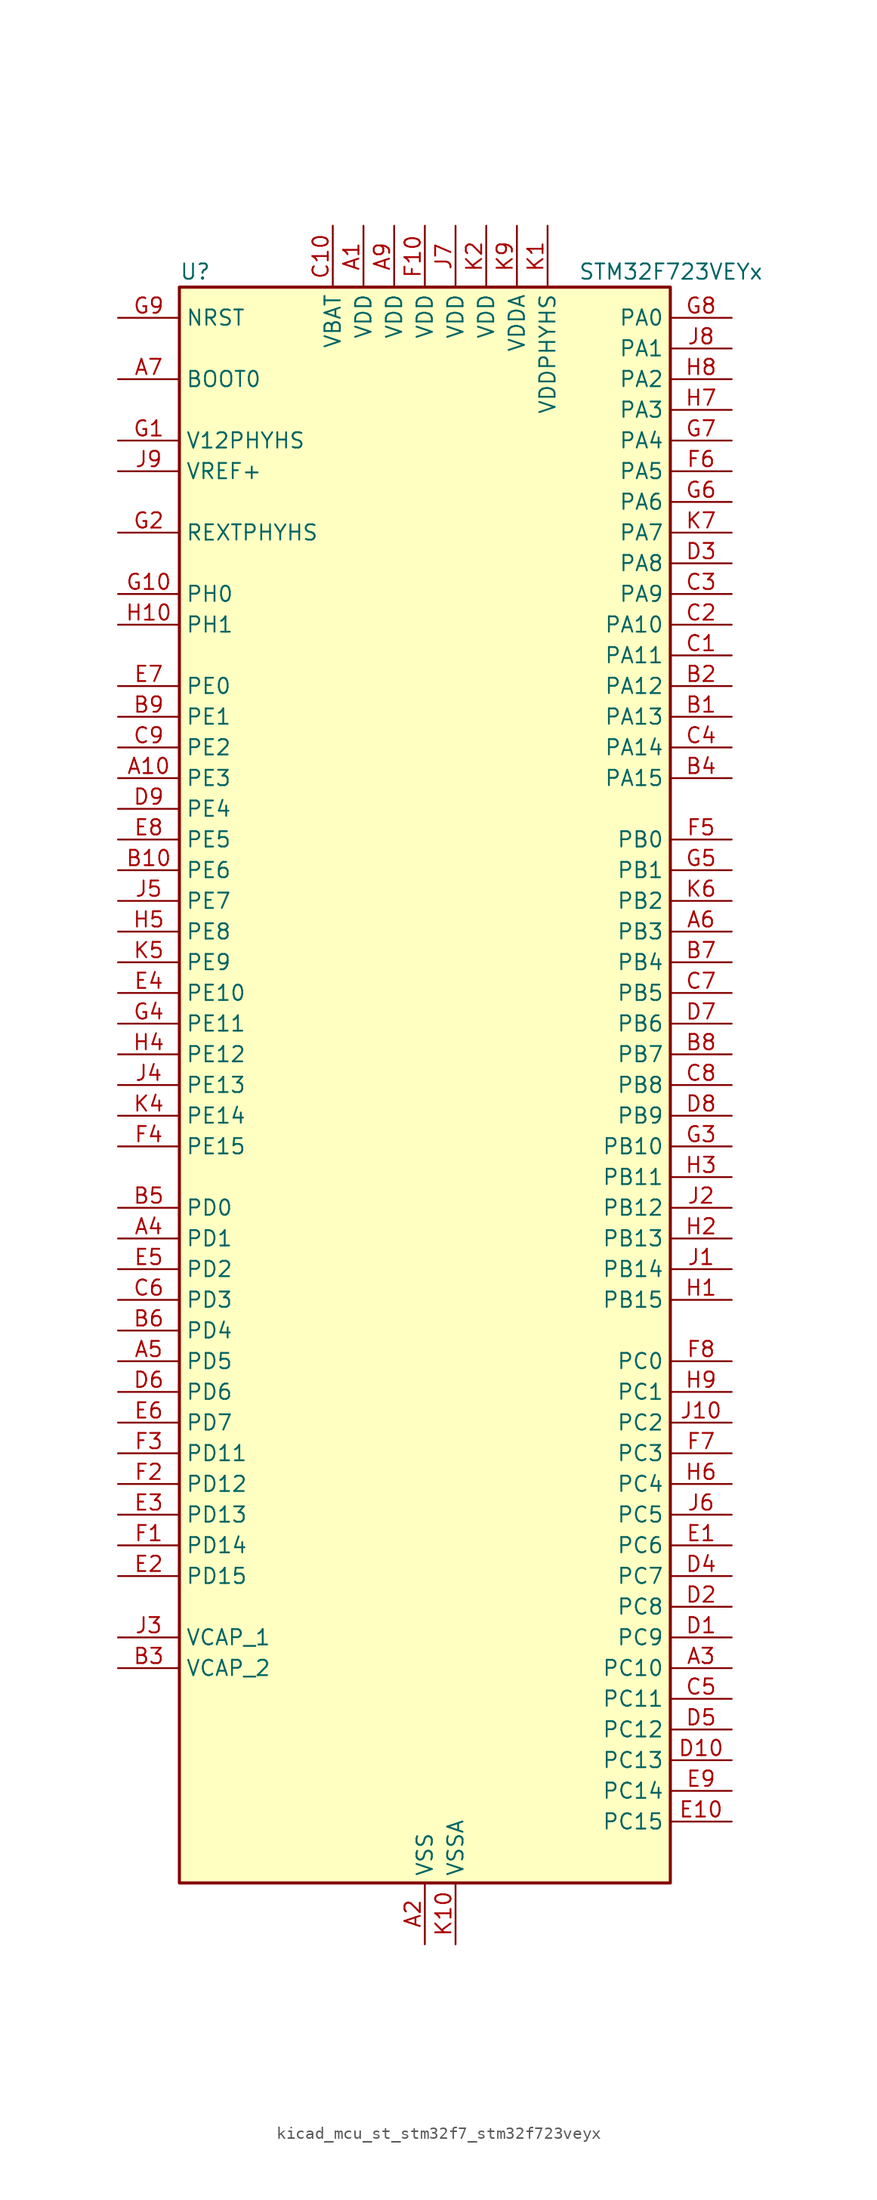
<source format=kicad_sym>
(kicad_symbol_lib
  (version 20220914)
  (generator kicad_symbol_editor)
  (symbol "kicad_mcu_st_stm32f7_stm32f723veyx"
    (property "Reference" "U"
      (at -20.32 67.31 0)
      (effects (font (size 1.27 1.27)) (justify left)))
    (property "Value" "STM32F723VEYx"
      (at 12.7 67.31 0)
      (effects (font (size 1.27 1.27)) (justify left)))
    (property "ki_locked" ""
      (at 0 0 0)
      (effects (font (size 1.27 1.27))))
    (symbol "kicad_mcu_st_stm32f7_stm32f723veyx_0_1"
      (rectangle (start -20.32 -66.04) (end 20.32 66.04) (stroke (width 0.254) (type default)) (fill (type background))))
    (symbol "kicad_mcu_st_stm32f7_stm32f723veyx_1_1"
      (pin power_in line (at -5.08 71.12 270) (length 5.08) (name "VDD" (effects (font (size 1.27 1.27)))) (number "A1" (effects (font (size 1.27 1.27)))))
      (pin bidirectional line (at -25.4 25.4 0) (length 5.08) (name "PE3" (effects (font (size 1.27 1.27)))) (number "A10" (effects (font (size 1.27 1.27)))) (alternate "FMC_A19" bidirectional line) (alternate "SAI1_SD_B" bidirectional line) (alternate "SYS_TRACED0" bidirectional line))
      (pin power_in line (at 0 -71.12 90) (length 5.08) (name "VSS" (effects (font (size 1.27 1.27)))) (number "A2" (effects (font (size 1.27 1.27)))))
      (pin bidirectional line (at 25.4 -48.26 180) (length 5.08) (name "PC10" (effects (font (size 1.27 1.27)))) (number "A3" (effects (font (size 1.27 1.27)))) (alternate "I2S3_CK" bidirectional line) (alternate "QUADSPI_BK1_IO1" bidirectional line) (alternate "SDMMC1_D2" bidirectional line) (alternate "SPI3_SCK" bidirectional line) (alternate "UART4_TX" bidirectional line) (alternate "USART3_TX" bidirectional line))
      (pin bidirectional line (at -25.4 -12.7 0) (length 5.08) (name "PD1" (effects (font (size 1.27 1.27)))) (number "A4" (effects (font (size 1.27 1.27)))) (alternate "CAN1_TX" bidirectional line) (alternate "FMC_D3" bidirectional line) (alternate "FMC_DA3" bidirectional line))
      (pin bidirectional line (at -25.4 -22.86 0) (length 5.08) (name "PD5" (effects (font (size 1.27 1.27)))) (number "A5" (effects (font (size 1.27 1.27)))) (alternate "FMC_NWE" bidirectional line) (alternate "USART2_TX" bidirectional line))
      (pin bidirectional line (at 25.4 12.7 180) (length 5.08) (name "PB3" (effects (font (size 1.27 1.27)))) (number "A6" (effects (font (size 1.27 1.27)))) (alternate "I2S1_CK" bidirectional line) (alternate "I2S3_CK" bidirectional line) (alternate "SPI1_SCK" bidirectional line) (alternate "SPI3_SCK" bidirectional line) (alternate "SYS_JTDO-SWO" bidirectional line) (alternate "TIM2_CH2" bidirectional line))
      (pin input line (at -25.4 58.42 0) (length 5.08) (name "BOOT0" (effects (font (size 1.27 1.27)))) (number "A7" (effects (font (size 1.27 1.27)))))
      (pin passive line (at 0 -71.12 90) (length 5.08) hide (name "VSS" (effects (font (size 1.27 1.27)))) (number "A8" (effects (font (size 1.27 1.27)))))
      (pin power_in line (at -2.54 71.12 270) (length 5.08) (name "VDD" (effects (font (size 1.27 1.27)))) (number "A9" (effects (font (size 1.27 1.27)))))
      (pin bidirectional line (at 25.4 30.48 180) (length 5.08) (name "PA13" (effects (font (size 1.27 1.27)))) (number "B1" (effects (font (size 1.27 1.27)))) (alternate "SYS_JTMS-SWDIO" bidirectional line))
      (pin bidirectional line (at -25.4 17.78 0) (length 5.08) (name "PE6" (effects (font (size 1.27 1.27)))) (number "B10" (effects (font (size 1.27 1.27)))) (alternate "FMC_A22" bidirectional line) (alternate "SAI1_SD_A" bidirectional line) (alternate "SAI2_MCLK_B" bidirectional line) (alternate "SPI4_MOSI" bidirectional line) (alternate "SYS_TRACED3" bidirectional line) (alternate "TIM1_BKIN2" bidirectional line) (alternate "TIM9_CH2" bidirectional line))
      (pin bidirectional line (at 25.4 33.02 180) (length 5.08) (name "PA12" (effects (font (size 1.27 1.27)))) (number "B2" (effects (font (size 1.27 1.27)))) (alternate "CAN1_TX" bidirectional line) (alternate "SAI2_FS_B" bidirectional line) (alternate "TIM1_ETR" bidirectional line) (alternate "USART1_DE" bidirectional line) (alternate "USART1_RTS" bidirectional line) (alternate "USB_OTG_FS_DP" bidirectional line))
      (pin power_out line (at -25.4 -48.26 0) (length 5.08) (name "VCAP_2" (effects (font (size 1.27 1.27)))) (number "B3" (effects (font (size 1.27 1.27)))))
      (pin bidirectional line (at 25.4 25.4 180) (length 5.08) (name "PA15" (effects (font (size 1.27 1.27)))) (number "B4" (effects (font (size 1.27 1.27)))) (alternate "I2S1_WS" bidirectional line) (alternate "I2S3_WS" bidirectional line) (alternate "SPI1_NSS" bidirectional line) (alternate "SPI3_NSS" bidirectional line) (alternate "SYS_JTDI" bidirectional line) (alternate "TIM2_CH1" bidirectional line) (alternate "TIM2_ETR" bidirectional line) (alternate "UART4_DE" bidirectional line) (alternate "UART4_RTS" bidirectional line))
      (pin bidirectional line (at -25.4 -10.16 0) (length 5.08) (name "PD0" (effects (font (size 1.27 1.27)))) (number "B5" (effects (font (size 1.27 1.27)))) (alternate "CAN1_RX" bidirectional line) (alternate "FMC_D2" bidirectional line) (alternate "FMC_DA2" bidirectional line))
      (pin bidirectional line (at -25.4 -20.32 0) (length 5.08) (name "PD4" (effects (font (size 1.27 1.27)))) (number "B6" (effects (font (size 1.27 1.27)))) (alternate "FMC_NOE" bidirectional line) (alternate "USART2_DE" bidirectional line) (alternate "USART2_RTS" bidirectional line))
      (pin bidirectional line (at 25.4 10.16 180) (length 5.08) (name "PB4" (effects (font (size 1.27 1.27)))) (number "B7" (effects (font (size 1.27 1.27)))) (alternate "I2S2_WS" bidirectional line) (alternate "SPI1_MISO" bidirectional line) (alternate "SPI2_NSS" bidirectional line) (alternate "SPI3_MISO" bidirectional line) (alternate "SYS_JTRST" bidirectional line) (alternate "TIM3_CH1" bidirectional line))
      (pin bidirectional line (at 25.4 2.54 180) (length 5.08) (name "PB7" (effects (font (size 1.27 1.27)))) (number "B8" (effects (font (size 1.27 1.27)))) (alternate "FMC_NL" bidirectional line) (alternate "I2C1_SDA" bidirectional line) (alternate "TIM4_CH2" bidirectional line) (alternate "USART1_RX" bidirectional line))
      (pin bidirectional line (at -25.4 30.48 0) (length 5.08) (name "PE1" (effects (font (size 1.27 1.27)))) (number "B9" (effects (font (size 1.27 1.27)))) (alternate "FMC_NBL1" bidirectional line) (alternate "LPTIM1_IN2" bidirectional line) (alternate "UART8_TX" bidirectional line))
      (pin bidirectional line (at 25.4 35.56 180) (length 5.08) (name "PA11" (effects (font (size 1.27 1.27)))) (number "C1" (effects (font (size 1.27 1.27)))) (alternate "ADC1_EXTI11" bidirectional line) (alternate "ADC2_EXTI11" bidirectional line) (alternate "ADC3_EXTI11" bidirectional line) (alternate "CAN1_RX" bidirectional line) (alternate "TIM1_CH4" bidirectional line) (alternate "USART1_CTS" bidirectional line) (alternate "USB_OTG_FS_DM" bidirectional line))
      (pin power_in line (at -7.62 71.12 270) (length 5.08) (name "VBAT" (effects (font (size 1.27 1.27)))) (number "C10" (effects (font (size 1.27 1.27)))))
      (pin bidirectional line (at 25.4 38.1 180) (length 5.08) (name "PA10" (effects (font (size 1.27 1.27)))) (number "C2" (effects (font (size 1.27 1.27)))) (alternate "TIM1_CH3" bidirectional line) (alternate "USART1_RX" bidirectional line) (alternate "USB_OTG_FS_ID" bidirectional line))
      (pin bidirectional line (at 25.4 40.64 180) (length 5.08) (name "PA9" (effects (font (size 1.27 1.27)))) (number "C3" (effects (font (size 1.27 1.27)))) (alternate "DAC_EXTI9" bidirectional line) (alternate "I2C3_SMBA" bidirectional line) (alternate "I2S2_CK" bidirectional line) (alternate "SPI2_SCK" bidirectional line) (alternate "TIM1_CH2" bidirectional line) (alternate "USART1_TX" bidirectional line) (alternate "USB_OTG_FS_VBUS" bidirectional line))
      (pin bidirectional line (at 25.4 27.94 180) (length 5.08) (name "PA14" (effects (font (size 1.27 1.27)))) (number "C4" (effects (font (size 1.27 1.27)))) (alternate "SYS_JTCK-SWCLK" bidirectional line))
      (pin bidirectional line (at 25.4 -50.8 180) (length 5.08) (name "PC11" (effects (font (size 1.27 1.27)))) (number "C5" (effects (font (size 1.27 1.27)))) (alternate "ADC1_EXTI11" bidirectional line) (alternate "ADC2_EXTI11" bidirectional line) (alternate "ADC3_EXTI11" bidirectional line) (alternate "QUADSPI_BK2_NCS" bidirectional line) (alternate "SDMMC1_D3" bidirectional line) (alternate "SPI3_MISO" bidirectional line) (alternate "UART4_RX" bidirectional line) (alternate "USART3_RX" bidirectional line))
      (pin bidirectional line (at -25.4 -17.78 0) (length 5.08) (name "PD3" (effects (font (size 1.27 1.27)))) (number "C6" (effects (font (size 1.27 1.27)))) (alternate "FMC_CLK" bidirectional line) (alternate "I2S2_CK" bidirectional line) (alternate "SPI2_SCK" bidirectional line) (alternate "USART2_CTS" bidirectional line))
      (pin bidirectional line (at 25.4 7.62 180) (length 5.08) (name "PB5" (effects (font (size 1.27 1.27)))) (number "C7" (effects (font (size 1.27 1.27)))) (alternate "FMC_SDCKE1" bidirectional line) (alternate "I2C1_SMBA" bidirectional line) (alternate "I2S1_SD" bidirectional line) (alternate "I2S3_SD" bidirectional line) (alternate "SPI1_MOSI" bidirectional line) (alternate "SPI3_MOSI" bidirectional line) (alternate "TIM3_CH2" bidirectional line))
      (pin bidirectional line (at 25.4 0 180) (length 5.08) (name "PB8" (effects (font (size 1.27 1.27)))) (number "C8" (effects (font (size 1.27 1.27)))) (alternate "CAN1_RX" bidirectional line) (alternate "I2C1_SCL" bidirectional line) (alternate "SDMMC1_D4" bidirectional line) (alternate "TIM10_CH1" bidirectional line) (alternate "TIM4_CH3" bidirectional line))
      (pin bidirectional line (at -25.4 27.94 0) (length 5.08) (name "PE2" (effects (font (size 1.27 1.27)))) (number "C9" (effects (font (size 1.27 1.27)))) (alternate "FMC_A23" bidirectional line) (alternate "QUADSPI_BK1_IO2" bidirectional line) (alternate "SAI1_MCLK_A" bidirectional line) (alternate "SPI4_SCK" bidirectional line) (alternate "SYS_TRACECLK" bidirectional line))
      (pin bidirectional line (at 25.4 -45.72 180) (length 5.08) (name "PC9" (effects (font (size 1.27 1.27)))) (number "D1" (effects (font (size 1.27 1.27)))) (alternate "DAC_EXTI9" bidirectional line) (alternate "I2C3_SDA" bidirectional line) (alternate "I2S_CKIN" bidirectional line) (alternate "QUADSPI_BK1_IO0" bidirectional line) (alternate "RCC_MCO_2" bidirectional line) (alternate "SDMMC1_D1" bidirectional line) (alternate "TIM3_CH4" bidirectional line) (alternate "TIM8_CH4" bidirectional line) (alternate "UART5_CTS" bidirectional line))
      (pin bidirectional line (at 25.4 -55.88 180) (length 5.08) (name "PC13" (effects (font (size 1.27 1.27)))) (number "D10" (effects (font (size 1.27 1.27)))) (alternate "RTC_OUT" bidirectional line) (alternate "RTC_TAMP1" bidirectional line) (alternate "RTC_TS" bidirectional line) (alternate "SYS_WKUP4" bidirectional line))
      (pin bidirectional line (at 25.4 -43.18 180) (length 5.08) (name "PC8" (effects (font (size 1.27 1.27)))) (number "D2" (effects (font (size 1.27 1.27)))) (alternate "SDMMC1_D0" bidirectional line) (alternate "SYS_TRACED1" bidirectional line) (alternate "TIM3_CH3" bidirectional line) (alternate "TIM8_CH3" bidirectional line) (alternate "UART5_DE" bidirectional line) (alternate "UART5_RTS" bidirectional line) (alternate "USART6_CK" bidirectional line))
      (pin bidirectional line (at 25.4 43.18 180) (length 5.08) (name "PA8" (effects (font (size 1.27 1.27)))) (number "D3" (effects (font (size 1.27 1.27)))) (alternate "I2C3_SCL" bidirectional line) (alternate "RCC_MCO_1" bidirectional line) (alternate "TIM1_CH1" bidirectional line) (alternate "TIM8_BKIN2" bidirectional line) (alternate "USART1_CK" bidirectional line) (alternate "USB_OTG_FS_SOF" bidirectional line))
      (pin bidirectional line (at 25.4 -40.64 180) (length 5.08) (name "PC7" (effects (font (size 1.27 1.27)))) (number "D4" (effects (font (size 1.27 1.27)))) (alternate "I2S3_MCK" bidirectional line) (alternate "SDMMC1_D7" bidirectional line) (alternate "TIM3_CH2" bidirectional line) (alternate "TIM8_CH2" bidirectional line) (alternate "USART6_RX" bidirectional line))
      (pin bidirectional line (at 25.4 -53.34 180) (length 5.08) (name "PC12" (effects (font (size 1.27 1.27)))) (number "D5" (effects (font (size 1.27 1.27)))) (alternate "I2S3_SD" bidirectional line) (alternate "SDMMC1_CK" bidirectional line) (alternate "SPI3_MOSI" bidirectional line) (alternate "SYS_TRACED3" bidirectional line) (alternate "UART5_TX" bidirectional line) (alternate "USART3_CK" bidirectional line))
      (pin bidirectional line (at -25.4 -25.4 0) (length 5.08) (name "PD6" (effects (font (size 1.27 1.27)))) (number "D6" (effects (font (size 1.27 1.27)))) (alternate "FMC_NWAIT" bidirectional line) (alternate "I2S3_SD" bidirectional line) (alternate "SAI1_SD_A" bidirectional line) (alternate "SPI3_MOSI" bidirectional line) (alternate "USART2_RX" bidirectional line))
      (pin bidirectional line (at 25.4 5.08 180) (length 5.08) (name "PB6" (effects (font (size 1.27 1.27)))) (number "D7" (effects (font (size 1.27 1.27)))) (alternate "FMC_SDNE1" bidirectional line) (alternate "I2C1_SCL" bidirectional line) (alternate "QUADSPI_BK1_NCS" bidirectional line) (alternate "TIM4_CH1" bidirectional line) (alternate "USART1_TX" bidirectional line))
      (pin bidirectional line (at 25.4 -2.54 180) (length 5.08) (name "PB9" (effects (font (size 1.27 1.27)))) (number "D8" (effects (font (size 1.27 1.27)))) (alternate "CAN1_TX" bidirectional line) (alternate "DAC_EXTI9" bidirectional line) (alternate "I2C1_SDA" bidirectional line) (alternate "I2S2_WS" bidirectional line) (alternate "SDMMC1_D5" bidirectional line) (alternate "SPI2_NSS" bidirectional line) (alternate "TIM11_CH1" bidirectional line) (alternate "TIM4_CH4" bidirectional line))
      (pin bidirectional line (at -25.4 22.86 0) (length 5.08) (name "PE4" (effects (font (size 1.27 1.27)))) (number "D9" (effects (font (size 1.27 1.27)))) (alternate "FMC_A20" bidirectional line) (alternate "SAI1_FS_A" bidirectional line) (alternate "SPI4_NSS" bidirectional line) (alternate "SYS_TRACED1" bidirectional line))
      (pin bidirectional line (at 25.4 -38.1 180) (length 5.08) (name "PC6" (effects (font (size 1.27 1.27)))) (number "E1" (effects (font (size 1.27 1.27)))) (alternate "I2S2_MCK" bidirectional line) (alternate "SDMMC1_D6" bidirectional line) (alternate "TIM3_CH1" bidirectional line) (alternate "TIM8_CH1" bidirectional line) (alternate "USART6_TX" bidirectional line))
      (pin bidirectional line (at 25.4 -60.96 180) (length 5.08) (name "PC15" (effects (font (size 1.27 1.27)))) (number "E10" (effects (font (size 1.27 1.27)))) (alternate "RCC_OSC32_OUT" bidirectional line))
      (pin bidirectional line (at -25.4 -40.64 0) (length 5.08) (name "PD15" (effects (font (size 1.27 1.27)))) (number "E2" (effects (font (size 1.27 1.27)))) (alternate "FMC_D1" bidirectional line) (alternate "FMC_DA1" bidirectional line) (alternate "TIM4_CH4" bidirectional line) (alternate "UART8_DE" bidirectional line) (alternate "UART8_RTS" bidirectional line))
      (pin bidirectional line (at -25.4 -35.56 0) (length 5.08) (name "PD13" (effects (font (size 1.27 1.27)))) (number "E3" (effects (font (size 1.27 1.27)))) (alternate "FMC_A18" bidirectional line) (alternate "LPTIM1_OUT" bidirectional line) (alternate "QUADSPI_BK1_IO3" bidirectional line) (alternate "SAI2_SCK_A" bidirectional line) (alternate "TIM4_CH2" bidirectional line))
      (pin bidirectional line (at -25.4 7.62 0) (length 5.08) (name "PE10" (effects (font (size 1.27 1.27)))) (number "E4" (effects (font (size 1.27 1.27)))) (alternate "FMC_D7" bidirectional line) (alternate "FMC_DA7" bidirectional line) (alternate "QUADSPI_BK2_IO3" bidirectional line) (alternate "TIM1_CH2N" bidirectional line) (alternate "UART7_CTS" bidirectional line))
      (pin bidirectional line (at -25.4 -15.24 0) (length 5.08) (name "PD2" (effects (font (size 1.27 1.27)))) (number "E5" (effects (font (size 1.27 1.27)))) (alternate "SDMMC1_CMD" bidirectional line) (alternate "SYS_TRACED2" bidirectional line) (alternate "TIM3_ETR" bidirectional line) (alternate "UART5_RX" bidirectional line))
      (pin bidirectional line (at -25.4 -27.94 0) (length 5.08) (name "PD7" (effects (font (size 1.27 1.27)))) (number "E6" (effects (font (size 1.27 1.27)))) (alternate "FMC_NE1" bidirectional line) (alternate "USART2_CK" bidirectional line))
      (pin bidirectional line (at -25.4 33.02 0) (length 5.08) (name "PE0" (effects (font (size 1.27 1.27)))) (number "E7" (effects (font (size 1.27 1.27)))) (alternate "FMC_NBL0" bidirectional line) (alternate "LPTIM1_ETR" bidirectional line) (alternate "SAI2_MCLK_A" bidirectional line) (alternate "TIM4_ETR" bidirectional line) (alternate "UART8_RX" bidirectional line))
      (pin bidirectional line (at -25.4 20.32 0) (length 5.08) (name "PE5" (effects (font (size 1.27 1.27)))) (number "E8" (effects (font (size 1.27 1.27)))) (alternate "FMC_A21" bidirectional line) (alternate "SAI1_SCK_A" bidirectional line) (alternate "SPI4_MISO" bidirectional line) (alternate "SYS_TRACED2" bidirectional line) (alternate "TIM9_CH1" bidirectional line))
      (pin bidirectional line (at 25.4 -58.42 180) (length 5.08) (name "PC14" (effects (font (size 1.27 1.27)))) (number "E9" (effects (font (size 1.27 1.27)))) (alternate "RCC_OSC32_IN" bidirectional line))
      (pin bidirectional line (at -25.4 -38.1 0) (length 5.08) (name "PD14" (effects (font (size 1.27 1.27)))) (number "F1" (effects (font (size 1.27 1.27)))) (alternate "FMC_D0" bidirectional line) (alternate "FMC_DA0" bidirectional line) (alternate "TIM4_CH3" bidirectional line) (alternate "UART8_CTS" bidirectional line))
      (pin power_in line (at 0 71.12 270) (length 5.08) (name "VDD" (effects (font (size 1.27 1.27)))) (number "F10" (effects (font (size 1.27 1.27)))))
      (pin bidirectional line (at -25.4 -33.02 0) (length 5.08) (name "PD12" (effects (font (size 1.27 1.27)))) (number "F2" (effects (font (size 1.27 1.27)))) (alternate "FMC_A17" bidirectional line) (alternate "FMC_ALE" bidirectional line) (alternate "LPTIM1_IN1" bidirectional line) (alternate "QUADSPI_BK1_IO1" bidirectional line) (alternate "SAI2_FS_A" bidirectional line) (alternate "TIM4_CH1" bidirectional line) (alternate "USART3_DE" bidirectional line) (alternate "USART3_RTS" bidirectional line))
      (pin bidirectional line (at -25.4 -30.48 0) (length 5.08) (name "PD11" (effects (font (size 1.27 1.27)))) (number "F3" (effects (font (size 1.27 1.27)))) (alternate "ADC1_EXTI11" bidirectional line) (alternate "ADC2_EXTI11" bidirectional line) (alternate "ADC3_EXTI11" bidirectional line) (alternate "FMC_A16" bidirectional line) (alternate "FMC_CLE" bidirectional line) (alternate "QUADSPI_BK1_IO0" bidirectional line) (alternate "SAI2_SD_A" bidirectional line) (alternate "USART3_CTS" bidirectional line))
      (pin bidirectional line (at -25.4 -5.08 0) (length 5.08) (name "PE15" (effects (font (size 1.27 1.27)))) (number "F4" (effects (font (size 1.27 1.27)))) (alternate "FMC_D12" bidirectional line) (alternate "FMC_DA12" bidirectional line) (alternate "TIM1_BKIN" bidirectional line))
      (pin bidirectional line (at 25.4 20.32 180) (length 5.08) (name "PB0" (effects (font (size 1.27 1.27)))) (number "F5" (effects (font (size 1.27 1.27)))) (alternate "ADC1_IN8" bidirectional line) (alternate "ADC2_IN8" bidirectional line) (alternate "TIM1_CH2N" bidirectional line) (alternate "TIM3_CH3" bidirectional line) (alternate "TIM8_CH2N" bidirectional line) (alternate "UART4_CTS" bidirectional line))
      (pin bidirectional line (at 25.4 50.8 180) (length 5.08) (name "PA5" (effects (font (size 1.27 1.27)))) (number "F6" (effects (font (size 1.27 1.27)))) (alternate "ADC1_IN5" bidirectional line) (alternate "ADC2_IN5" bidirectional line) (alternate "DAC_OUT2" bidirectional line) (alternate "I2S1_CK" bidirectional line) (alternate "SPI1_SCK" bidirectional line) (alternate "TIM2_CH1" bidirectional line) (alternate "TIM2_ETR" bidirectional line) (alternate "TIM8_CH1N" bidirectional line))
      (pin bidirectional line (at 25.4 -30.48 180) (length 5.08) (name "PC3" (effects (font (size 1.27 1.27)))) (number "F7" (effects (font (size 1.27 1.27)))) (alternate "ADC1_IN13" bidirectional line) (alternate "ADC2_IN13" bidirectional line) (alternate "ADC3_IN13" bidirectional line) (alternate "FMC_SDCKE0" bidirectional line) (alternate "I2S2_SD" bidirectional line) (alternate "SPI2_MOSI" bidirectional line))
      (pin bidirectional line (at 25.4 -22.86 180) (length 5.08) (name "PC0" (effects (font (size 1.27 1.27)))) (number "F8" (effects (font (size 1.27 1.27)))) (alternate "ADC1_IN10" bidirectional line) (alternate "ADC2_IN10" bidirectional line) (alternate "ADC3_IN10" bidirectional line) (alternate "FMC_SDNWE" bidirectional line) (alternate "SAI2_FS_B" bidirectional line))
      (pin passive line (at 0 -71.12 90) (length 5.08) hide (name "VSS" (effects (font (size 1.27 1.27)))) (number "F9" (effects (font (size 1.27 1.27)))))
      (pin power_in line (at -25.4 53.34 0) (length 5.08) (name "V12PHYHS" (effects (font (size 1.27 1.27)))) (number "G1" (effects (font (size 1.27 1.27)))))
      (pin bidirectional line (at -25.4 40.64 0) (length 5.08) (name "PH0" (effects (font (size 1.27 1.27)))) (number "G10" (effects (font (size 1.27 1.27)))) (alternate "RCC_OSC_IN" bidirectional line))
      (pin bidirectional line (at -25.4 45.72 0) (length 5.08) (name "REXTPHYHS" (effects (font (size 1.27 1.27)))) (number "G2" (effects (font (size 1.27 1.27)))) (alternate "USB_OTG_HS_REXTPHYHS" bidirectional line))
      (pin bidirectional line (at 25.4 -5.08 180) (length 5.08) (name "PB10" (effects (font (size 1.27 1.27)))) (number "G3" (effects (font (size 1.27 1.27)))) (alternate "I2C2_SCL" bidirectional line) (alternate "I2S2_CK" bidirectional line) (alternate "SPI2_SCK" bidirectional line) (alternate "TIM2_CH3" bidirectional line) (alternate "USART3_TX" bidirectional line))
      (pin bidirectional line (at -25.4 5.08 0) (length 5.08) (name "PE11" (effects (font (size 1.27 1.27)))) (number "G4" (effects (font (size 1.27 1.27)))) (alternate "ADC1_EXTI11" bidirectional line) (alternate "ADC2_EXTI11" bidirectional line) (alternate "ADC3_EXTI11" bidirectional line) (alternate "FMC_D8" bidirectional line) (alternate "FMC_DA8" bidirectional line) (alternate "SAI2_SD_B" bidirectional line) (alternate "SPI4_NSS" bidirectional line) (alternate "TIM1_CH2" bidirectional line))
      (pin bidirectional line (at 25.4 17.78 180) (length 5.08) (name "PB1" (effects (font (size 1.27 1.27)))) (number "G5" (effects (font (size 1.27 1.27)))) (alternate "ADC1_IN9" bidirectional line) (alternate "ADC2_IN9" bidirectional line) (alternate "TIM1_CH3N" bidirectional line) (alternate "TIM3_CH4" bidirectional line) (alternate "TIM8_CH3N" bidirectional line))
      (pin bidirectional line (at 25.4 48.26 180) (length 5.08) (name "PA6" (effects (font (size 1.27 1.27)))) (number "G6" (effects (font (size 1.27 1.27)))) (alternate "ADC1_IN6" bidirectional line) (alternate "ADC2_IN6" bidirectional line) (alternate "SPI1_MISO" bidirectional line) (alternate "TIM13_CH1" bidirectional line) (alternate "TIM1_BKIN" bidirectional line) (alternate "TIM3_CH1" bidirectional line) (alternate "TIM8_BKIN" bidirectional line))
      (pin bidirectional line (at 25.4 53.34 180) (length 5.08) (name "PA4" (effects (font (size 1.27 1.27)))) (number "G7" (effects (font (size 1.27 1.27)))) (alternate "ADC1_IN4" bidirectional line) (alternate "ADC2_IN4" bidirectional line) (alternate "DAC_OUT1" bidirectional line) (alternate "I2S1_WS" bidirectional line) (alternate "I2S3_WS" bidirectional line) (alternate "SPI1_NSS" bidirectional line) (alternate "SPI3_NSS" bidirectional line) (alternate "USART2_CK" bidirectional line) (alternate "USB_OTG_HS_SOF" bidirectional line))
      (pin bidirectional line (at 25.4 63.5 180) (length 5.08) (name "PA0" (effects (font (size 1.27 1.27)))) (number "G8" (effects (font (size 1.27 1.27)))) (alternate "ADC1_IN0" bidirectional line) (alternate "ADC2_IN0" bidirectional line) (alternate "ADC3_IN0" bidirectional line) (alternate "SAI2_SD_B" bidirectional line) (alternate "SYS_WKUP1" bidirectional line) (alternate "TIM2_CH1" bidirectional line) (alternate "TIM2_ETR" bidirectional line) (alternate "TIM5_CH1" bidirectional line) (alternate "TIM8_ETR" bidirectional line) (alternate "UART4_TX" bidirectional line) (alternate "USART2_CTS" bidirectional line))
      (pin input line (at -25.4 63.5 0) (length 5.08) (name "NRST" (effects (font (size 1.27 1.27)))) (number "G9" (effects (font (size 1.27 1.27)))))
      (pin bidirectional line (at 25.4 -17.78 180) (length 5.08) (name "PB15" (effects (font (size 1.27 1.27)))) (number "H1" (effects (font (size 1.27 1.27)))) (alternate "USB_OTG_HS_DP" bidirectional line))
      (pin bidirectional line (at -25.4 38.1 0) (length 5.08) (name "PH1" (effects (font (size 1.27 1.27)))) (number "H10" (effects (font (size 1.27 1.27)))) (alternate "RCC_OSC_OUT" bidirectional line))
      (pin bidirectional line (at 25.4 -12.7 180) (length 5.08) (name "PB13" (effects (font (size 1.27 1.27)))) (number "H2" (effects (font (size 1.27 1.27)))) (alternate "I2S2_CK" bidirectional line) (alternate "SPI2_SCK" bidirectional line) (alternate "TIM1_CH1N" bidirectional line) (alternate "USART3_CTS" bidirectional line) (alternate "USB_OTG_HS_VBUS" bidirectional line))
      (pin bidirectional line (at 25.4 -7.62 180) (length 5.08) (name "PB11" (effects (font (size 1.27 1.27)))) (number "H3" (effects (font (size 1.27 1.27)))) (alternate "ADC1_EXTI11" bidirectional line) (alternate "ADC2_EXTI11" bidirectional line) (alternate "ADC3_EXTI11" bidirectional line) (alternate "I2C2_SDA" bidirectional line) (alternate "TIM2_CH4" bidirectional line) (alternate "USART3_RX" bidirectional line))
      (pin bidirectional line (at -25.4 2.54 0) (length 5.08) (name "PE12" (effects (font (size 1.27 1.27)))) (number "H4" (effects (font (size 1.27 1.27)))) (alternate "FMC_D9" bidirectional line) (alternate "FMC_DA9" bidirectional line) (alternate "SAI2_SCK_B" bidirectional line) (alternate "SPI4_SCK" bidirectional line) (alternate "TIM1_CH3N" bidirectional line))
      (pin bidirectional line (at -25.4 12.7 0) (length 5.08) (name "PE8" (effects (font (size 1.27 1.27)))) (number "H5" (effects (font (size 1.27 1.27)))) (alternate "FMC_D5" bidirectional line) (alternate "FMC_DA5" bidirectional line) (alternate "QUADSPI_BK2_IO1" bidirectional line) (alternate "TIM1_CH1N" bidirectional line) (alternate "UART7_TX" bidirectional line))
      (pin bidirectional line (at 25.4 -33.02 180) (length 5.08) (name "PC4" (effects (font (size 1.27 1.27)))) (number "H6" (effects (font (size 1.27 1.27)))) (alternate "ADC1_IN14" bidirectional line) (alternate "ADC2_IN14" bidirectional line) (alternate "FMC_SDNE0" bidirectional line) (alternate "I2S1_MCK" bidirectional line))
      (pin bidirectional line (at 25.4 55.88 180) (length 5.08) (name "PA3" (effects (font (size 1.27 1.27)))) (number "H7" (effects (font (size 1.27 1.27)))) (alternate "ADC1_IN3" bidirectional line) (alternate "ADC2_IN3" bidirectional line) (alternate "ADC3_IN3" bidirectional line) (alternate "TIM2_CH4" bidirectional line) (alternate "TIM5_CH4" bidirectional line) (alternate "TIM9_CH2" bidirectional line) (alternate "USART2_RX" bidirectional line))
      (pin bidirectional line (at 25.4 58.42 180) (length 5.08) (name "PA2" (effects (font (size 1.27 1.27)))) (number "H8" (effects (font (size 1.27 1.27)))) (alternate "ADC1_IN2" bidirectional line) (alternate "ADC2_IN2" bidirectional line) (alternate "ADC3_IN2" bidirectional line) (alternate "SAI2_SCK_B" bidirectional line) (alternate "SYS_WKUP2" bidirectional line) (alternate "TIM2_CH3" bidirectional line) (alternate "TIM5_CH3" bidirectional line) (alternate "TIM9_CH1" bidirectional line) (alternate "USART2_TX" bidirectional line))
      (pin bidirectional line (at 25.4 -25.4 180) (length 5.08) (name "PC1" (effects (font (size 1.27 1.27)))) (number "H9" (effects (font (size 1.27 1.27)))) (alternate "ADC1_IN11" bidirectional line) (alternate "ADC2_IN11" bidirectional line) (alternate "ADC3_IN11" bidirectional line) (alternate "I2S2_SD" bidirectional line) (alternate "RTC_TAMP3" bidirectional line) (alternate "RTC_TS" bidirectional line) (alternate "SAI1_SD_A" bidirectional line) (alternate "SPI2_MOSI" bidirectional line) (alternate "SYS_TRACED0" bidirectional line) (alternate "SYS_WKUP3" bidirectional line))
      (pin bidirectional line (at 25.4 -15.24 180) (length 5.08) (name "PB14" (effects (font (size 1.27 1.27)))) (number "J1" (effects (font (size 1.27 1.27)))) (alternate "USB_OTG_HS_DM" bidirectional line))
      (pin bidirectional line (at 25.4 -27.94 180) (length 5.08) (name "PC2" (effects (font (size 1.27 1.27)))) (number "J10" (effects (font (size 1.27 1.27)))) (alternate "ADC1_IN12" bidirectional line) (alternate "ADC2_IN12" bidirectional line) (alternate "ADC3_IN12" bidirectional line) (alternate "FMC_SDNE0" bidirectional line) (alternate "SPI2_MISO" bidirectional line))
      (pin bidirectional line (at 25.4 -10.16 180) (length 5.08) (name "PB12" (effects (font (size 1.27 1.27)))) (number "J2" (effects (font (size 1.27 1.27)))) (alternate "I2C2_SMBA" bidirectional line) (alternate "I2S2_WS" bidirectional line) (alternate "SPI2_NSS" bidirectional line) (alternate "TIM1_BKIN" bidirectional line) (alternate "USART3_CK" bidirectional line) (alternate "USB_OTG_HS_ID" bidirectional line))
      (pin power_out line (at -25.4 -45.72 0) (length 5.08) (name "VCAP_1" (effects (font (size 1.27 1.27)))) (number "J3" (effects (font (size 1.27 1.27)))))
      (pin bidirectional line (at -25.4 0 0) (length 5.08) (name "PE13" (effects (font (size 1.27 1.27)))) (number "J4" (effects (font (size 1.27 1.27)))) (alternate "FMC_D10" bidirectional line) (alternate "FMC_DA10" bidirectional line) (alternate "SAI2_FS_B" bidirectional line) (alternate "SPI4_MISO" bidirectional line) (alternate "TIM1_CH3" bidirectional line))
      (pin bidirectional line (at -25.4 15.24 0) (length 5.08) (name "PE7" (effects (font (size 1.27 1.27)))) (number "J5" (effects (font (size 1.27 1.27)))) (alternate "FMC_D4" bidirectional line) (alternate "FMC_DA4" bidirectional line) (alternate "QUADSPI_BK2_IO0" bidirectional line) (alternate "TIM1_ETR" bidirectional line) (alternate "UART7_RX" bidirectional line))
      (pin bidirectional line (at 25.4 -35.56 180) (length 5.08) (name "PC5" (effects (font (size 1.27 1.27)))) (number "J6" (effects (font (size 1.27 1.27)))) (alternate "ADC1_IN15" bidirectional line) (alternate "ADC2_IN15" bidirectional line) (alternate "FMC_SDCKE0" bidirectional line))
      (pin power_in line (at 2.54 71.12 270) (length 5.08) (name "VDD" (effects (font (size 1.27 1.27)))) (number "J7" (effects (font (size 1.27 1.27)))))
      (pin bidirectional line (at 25.4 60.96 180) (length 5.08) (name "PA1" (effects (font (size 1.27 1.27)))) (number "J8" (effects (font (size 1.27 1.27)))) (alternate "ADC1_IN1" bidirectional line) (alternate "ADC2_IN1" bidirectional line) (alternate "ADC3_IN1" bidirectional line) (alternate "QUADSPI_BK1_IO3" bidirectional line) (alternate "SAI2_MCLK_B" bidirectional line) (alternate "TIM2_CH2" bidirectional line) (alternate "TIM5_CH2" bidirectional line) (alternate "UART4_RX" bidirectional line) (alternate "USART2_DE" bidirectional line) (alternate "USART2_RTS" bidirectional line))
      (pin input line (at -25.4 50.8 0) (length 5.08) (name "VREF+" (effects (font (size 1.27 1.27)))) (number "J9" (effects (font (size 1.27 1.27)))))
      (pin power_in line (at 10.16 71.12 270) (length 5.08) (name "VDDPHYHS" (effects (font (size 1.27 1.27)))) (number "K1" (effects (font (size 1.27 1.27)))))
      (pin power_in line (at 2.54 -71.12 90) (length 5.08) (name "VSSA" (effects (font (size 1.27 1.27)))) (number "K10" (effects (font (size 1.27 1.27)))))
      (pin power_in line (at 5.08 71.12 270) (length 5.08) (name "VDD" (effects (font (size 1.27 1.27)))) (number "K2" (effects (font (size 1.27 1.27)))))
      (pin passive line (at 0 -71.12 90) (length 5.08) hide (name "VSS" (effects (font (size 1.27 1.27)))) (number "K3" (effects (font (size 1.27 1.27)))))
      (pin bidirectional line (at -25.4 -2.54 0) (length 5.08) (name "PE14" (effects (font (size 1.27 1.27)))) (number "K4" (effects (font (size 1.27 1.27)))) (alternate "FMC_D11" bidirectional line) (alternate "FMC_DA11" bidirectional line) (alternate "SAI2_MCLK_B" bidirectional line) (alternate "SPI4_MOSI" bidirectional line) (alternate "TIM1_CH4" bidirectional line))
      (pin bidirectional line (at -25.4 10.16 0) (length 5.08) (name "PE9" (effects (font (size 1.27 1.27)))) (number "K5" (effects (font (size 1.27 1.27)))) (alternate "DAC_EXTI9" bidirectional line) (alternate "FMC_D6" bidirectional line) (alternate "FMC_DA6" bidirectional line) (alternate "QUADSPI_BK2_IO2" bidirectional line) (alternate "TIM1_CH1" bidirectional line) (alternate "UART7_DE" bidirectional line) (alternate "UART7_RTS" bidirectional line))
      (pin bidirectional line (at 25.4 15.24 180) (length 5.08) (name "PB2" (effects (font (size 1.27 1.27)))) (number "K6" (effects (font (size 1.27 1.27)))) (alternate "I2S3_SD" bidirectional line) (alternate "QUADSPI_CLK" bidirectional line) (alternate "SAI1_SD_A" bidirectional line) (alternate "SPI3_MOSI" bidirectional line))
      (pin bidirectional line (at 25.4 45.72 180) (length 5.08) (name "PA7" (effects (font (size 1.27 1.27)))) (number "K7" (effects (font (size 1.27 1.27)))) (alternate "ADC1_IN7" bidirectional line) (alternate "ADC2_IN7" bidirectional line) (alternate "FMC_SDNWE" bidirectional line) (alternate "I2S1_SD" bidirectional line) (alternate "SPI1_MOSI" bidirectional line) (alternate "TIM14_CH1" bidirectional line) (alternate "TIM1_CH1N" bidirectional line) (alternate "TIM3_CH2" bidirectional line) (alternate "TIM8_CH1N" bidirectional line))
      (pin passive line (at 0 -71.12 90) (length 5.08) hide (name "VSS" (effects (font (size 1.27 1.27)))) (number "K8" (effects (font (size 1.27 1.27)))))
      (pin power_in line (at 7.62 71.12 270) (length 5.08) (name "VDDA" (effects (font (size 1.27 1.27)))) (number "K9" (effects (font (size 1.27 1.27))))))))
</source>
